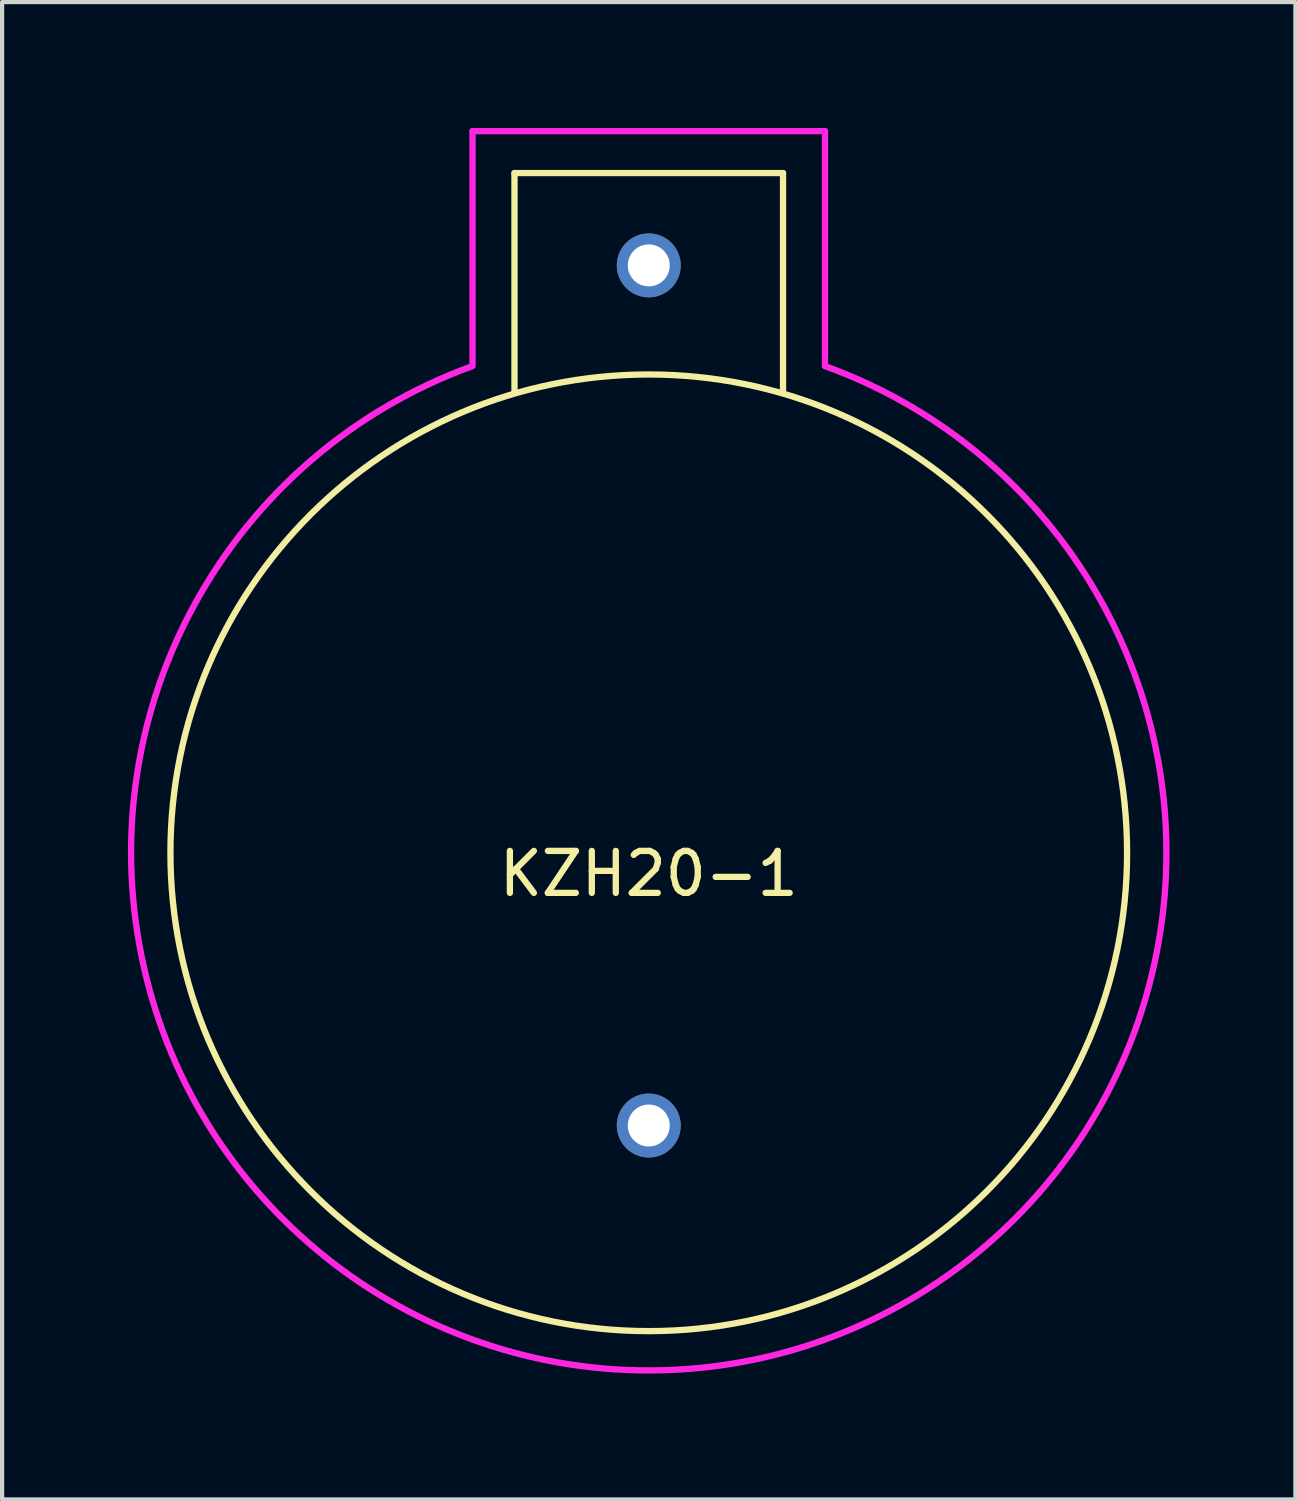
<source format=kicad_pcb>
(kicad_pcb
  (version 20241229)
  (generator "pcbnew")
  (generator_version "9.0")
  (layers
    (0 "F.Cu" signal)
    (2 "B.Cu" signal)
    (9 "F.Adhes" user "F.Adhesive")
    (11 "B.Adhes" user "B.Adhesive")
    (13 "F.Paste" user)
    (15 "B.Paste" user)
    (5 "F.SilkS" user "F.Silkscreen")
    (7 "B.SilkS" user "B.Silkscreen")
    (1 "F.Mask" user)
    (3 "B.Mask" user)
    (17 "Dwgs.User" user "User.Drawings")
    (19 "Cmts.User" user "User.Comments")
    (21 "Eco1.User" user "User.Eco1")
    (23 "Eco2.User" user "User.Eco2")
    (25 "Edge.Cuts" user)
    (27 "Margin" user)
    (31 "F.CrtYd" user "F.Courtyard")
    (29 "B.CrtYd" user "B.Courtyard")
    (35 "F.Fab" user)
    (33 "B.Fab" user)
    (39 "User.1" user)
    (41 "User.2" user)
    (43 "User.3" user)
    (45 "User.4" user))
  (footprint "KZH20-1"
    (layer "F.Cu")
    (at 12.412 17.275)
    (property "Reference" "KZH20-1" (at 0 0.5 0) (layer "F.SilkS") (effects (font (size 1 1) (thickness 0.15))))
    (attr through_hole)
    (fp_line (start -3.2 -16.2) (end -3.2 -11) (stroke (width 0.15) (type solid)) (layer "F.SilkS"))
    (fp_line (start -3.2 -16.2) (end 3.2 -16.2) (stroke (width 0.15) (type solid)) (layer "F.SilkS"))
    (fp_line (start 3.2 -16.2) (end 3.2 -11) (stroke (width 0.15) (type solid)) (layer "F.SilkS"))
    (fp_circle (center 0 0) (end -11.4 0) (stroke (width 0.15) (type solid)) (fill no) (layer "F.SilkS"))
    (fp_line (start -4.2 -17.2) (end -4.2 -11.6) (stroke (width 0.15) (type solid)) (layer "F.CrtYd"))
    (fp_line (start -4.2 -17.2) (end 4.2 -17.2) (stroke (width 0.15) (type solid)) (layer "F.CrtYd"))
    (fp_line (start 4.2 -17.2) (end 4.2 -11.6) (stroke (width 0.15) (type solid)) (layer "F.CrtYd"))
    (fp_arc (start 4.2 -11.6) (mid 0.020725 12.336919) (end -4.23895 -11.585824) (stroke (width 0.15) (type solid)) (layer "F.CrtYd"))
    (pad "1" thru_hole circle (at 0 -14) (size 1.524 1.524) (drill 1) (layers "*.Cu" "*.Mask"))
    (pad "2" thru_hole circle (at 0 6.5) (size 1.524 1.524) (drill 1) (layers "*.Cu" "*.Mask")))
  (gr_rect
    (start -3 -3)
    (end 27.824 32.687)
    (stroke (width 0.1) (type default))
    (fill no)
    (layer "Edge.Cuts")))
</source>
